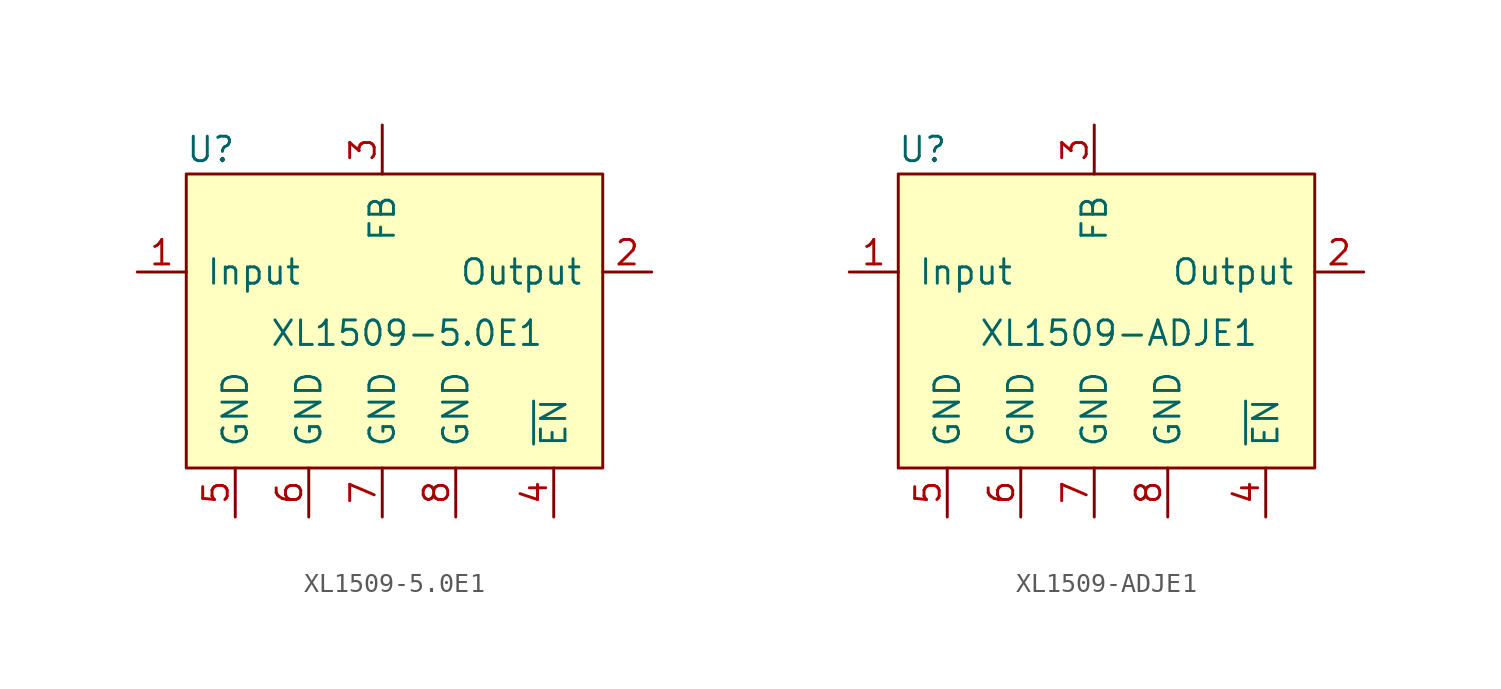
<source format=kicad_sym>
(kicad_symbol_lib
  (version 20211014)
  (generator kicad_symbol_editor)
  (symbol "XL1509-5.0E1"
    (pin_names
      (offset 1.016))
    (property "Reference" "U"
      (at -8.89 10.16 0)
      (effects (font (size 1.27 1.27))))
    (property "Value" "XL1509-5.0E1"
      (at 1.27 0.635 0)
      (effects (font (size 1.27 1.27))))
    (symbol "XL1509-5.0E1_0_1"
      (rectangle (start -10.16 8.89) (end 11.43 -6.35) (stroke (width 0) (type default) (color 0 0 0 0)) (fill (type background))))
    (symbol "XL1509-5.0E1_1_1"
      (pin power_in line (at -12.7 3.81 0) (length 2.54) (name "Input" (effects (font (size 1.27 1.27)))) (number "1" (effects (font (size 1.27 1.27)))))
      (pin power_out line (at 13.97 3.81 180) (length 2.54) (name "Output" (effects (font (size 1.27 1.27)))) (number "2" (effects (font (size 1.27 1.27)))))
      (pin input line (at 0 11.43 270) (length 2.54) (name "FB" (effects (font (size 1.27 1.27)))) (number "3" (effects (font (size 1.27 1.27)))))
      (pin input line (at 8.89 -8.89 90) (length 2.54) (name "~{EN}" (effects (font (size 1.27 1.27)))) (number "4" (effects (font (size 1.27 1.27)))))
      (pin passive line (at -7.62 -8.89 90) (length 2.54) (name "GND" (effects (font (size 1.27 1.27)))) (number "5" (effects (font (size 1.27 1.27)))))
      (pin passive line (at -3.81 -8.89 90) (length 2.54) (name "GND" (effects (font (size 1.27 1.27)))) (number "6" (effects (font (size 1.27 1.27)))))
      (pin passive line (at 0 -8.89 90) (length 2.54) (name "GND" (effects (font (size 1.27 1.27)))) (number "7" (effects (font (size 1.27 1.27)))))
      (pin passive line (at 3.81 -8.89 90) (length 2.54) (name "GND" (effects (font (size 1.27 1.27)))) (number "8" (effects (font (size 1.27 1.27)))))))
  (symbol "XL1509-ADJE1"
    (pin_names
      (offset 1.016))
    (property "Reference" "U"
      (at -8.89 10.16 0)
      (effects (font (size 1.27 1.27))))
    (property "Value" "XL1509-ADJE1"
      (at 1.27 0.635 0)
      (effects (font (size 1.27 1.27))))
    (symbol "XL1509-ADJE1_0_1"
      (rectangle (start -10.16 8.89) (end 11.43 -6.35) (stroke (width 0) (type default) (color 0 0 0 0)) (fill (type background))))
    (symbol "XL1509-ADJE1_1_1"
      (pin power_in line (at -12.7 3.81 0) (length 2.54) (name "Input" (effects (font (size 1.27 1.27)))) (number "1" (effects (font (size 1.27 1.27)))))
      (pin power_out line (at 13.97 3.81 180) (length 2.54) (name "Output" (effects (font (size 1.27 1.27)))) (number "2" (effects (font (size 1.27 1.27)))))
      (pin input line (at 0 11.43 270) (length 2.54) (name "FB" (effects (font (size 1.27 1.27)))) (number "3" (effects (font (size 1.27 1.27)))))
      (pin input line (at 8.89 -8.89 90) (length 2.54) (name "~{EN}" (effects (font (size 1.27 1.27)))) (number "4" (effects (font (size 1.27 1.27)))))
      (pin passive line (at -7.62 -8.89 90) (length 2.54) (name "GND" (effects (font (size 1.27 1.27)))) (number "5" (effects (font (size 1.27 1.27)))))
      (pin passive line (at -3.81 -8.89 90) (length 2.54) (name "GND" (effects (font (size 1.27 1.27)))) (number "6" (effects (font (size 1.27 1.27)))))
      (pin passive line (at 0 -8.89 90) (length 2.54) (name "GND" (effects (font (size 1.27 1.27)))) (number "7" (effects (font (size 1.27 1.27)))))
      (pin passive line (at 3.81 -8.89 90) (length 2.54) (name "GND" (effects (font (size 1.27 1.27)))) (number "8" (effects (font (size 1.27 1.27))))))))
</source>
